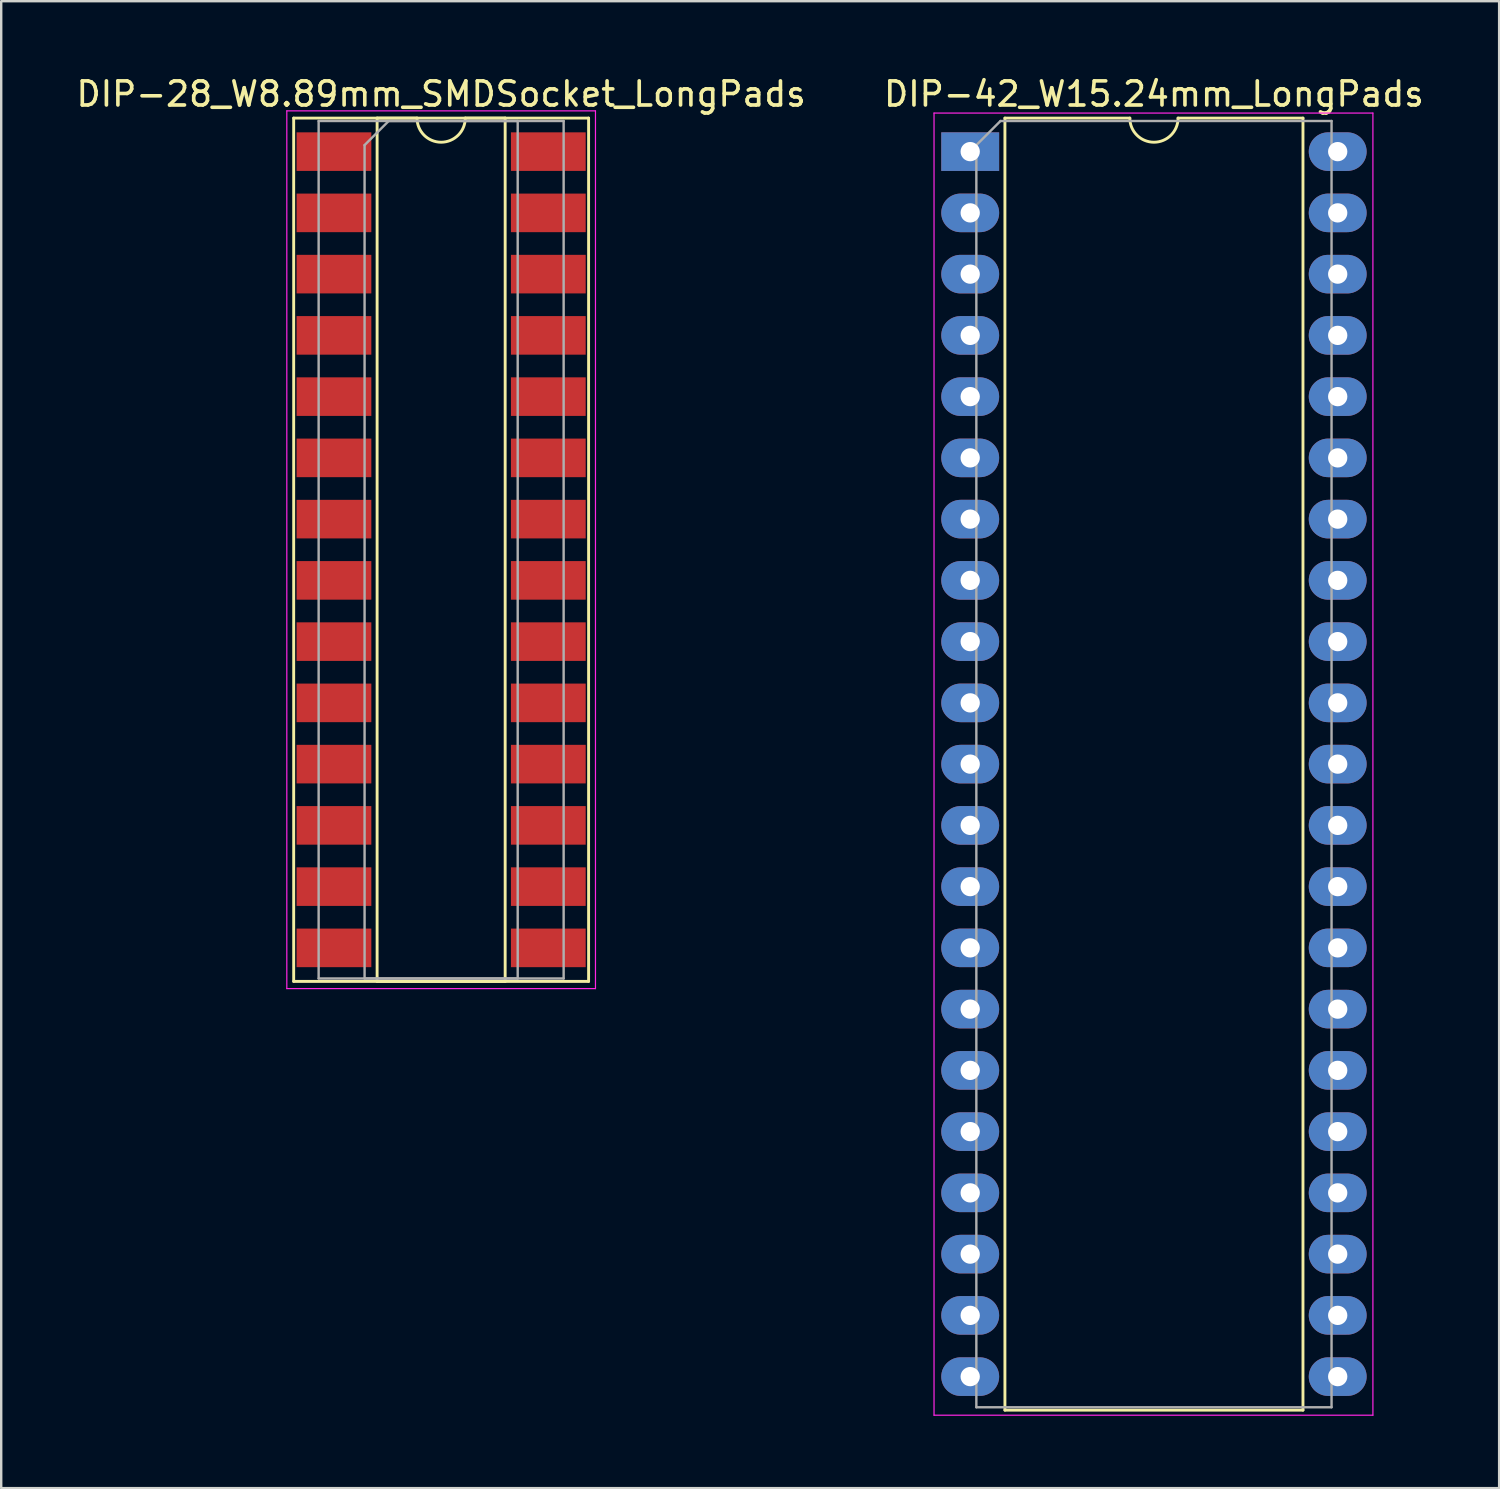
<source format=kicad_pcb>
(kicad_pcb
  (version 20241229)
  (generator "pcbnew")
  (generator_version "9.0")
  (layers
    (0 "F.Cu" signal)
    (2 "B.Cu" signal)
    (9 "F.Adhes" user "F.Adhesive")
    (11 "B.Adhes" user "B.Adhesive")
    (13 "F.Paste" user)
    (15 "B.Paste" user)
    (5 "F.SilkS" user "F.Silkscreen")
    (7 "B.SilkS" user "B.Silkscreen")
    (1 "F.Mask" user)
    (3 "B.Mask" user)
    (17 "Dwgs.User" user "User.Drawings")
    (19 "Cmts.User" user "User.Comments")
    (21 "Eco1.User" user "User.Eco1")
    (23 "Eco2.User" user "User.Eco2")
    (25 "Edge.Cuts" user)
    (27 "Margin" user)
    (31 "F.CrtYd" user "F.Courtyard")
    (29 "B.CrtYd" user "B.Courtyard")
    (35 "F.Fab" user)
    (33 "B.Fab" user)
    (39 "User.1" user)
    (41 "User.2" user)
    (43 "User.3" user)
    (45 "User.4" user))
  (footprint "DIP-28_W8.89mm_SMDSocket_LongPads"
    (layer "F.Cu")
    (at 15.244 19.748)
    (property "Reference" "DIP-28_W8.89mm_SMDSocket_LongPads" (at 0 -18.9 0) (layer "F.SilkS") (effects (font (size 1 1) (thickness 0.15))))
    (attr smd)
    (fp_line (start -6.115 -17.9) (end -6.115 17.9) (stroke (width 0.12) (type solid)) (layer "F.SilkS"))
    (fp_line (start -6.115 17.9) (end 6.115 17.9) (stroke (width 0.12) (type solid)) (layer "F.SilkS"))
    (fp_line (start -2.655 -17.9) (end -2.655 17.9) (stroke (width 0.12) (type solid)) (layer "F.SilkS"))
    (fp_line (start -2.655 17.9) (end 2.655 17.9) (stroke (width 0.12) (type solid)) (layer "F.SilkS"))
    (fp_line (start -1 -17.9) (end -2.655 -17.9) (stroke (width 0.12) (type solid)) (layer "F.SilkS"))
    (fp_line (start 2.655 -17.9) (end 1 -17.9) (stroke (width 0.12) (type solid)) (layer "F.SilkS"))
    (fp_line (start 2.655 17.9) (end 2.655 -17.9) (stroke (width 0.12) (type solid)) (layer "F.SilkS"))
    (fp_line (start 6.115 -17.9) (end -6.115 -17.9) (stroke (width 0.12) (type solid)) (layer "F.SilkS"))
    (fp_line (start 6.115 17.9) (end 6.115 -17.9) (stroke (width 0.12) (type solid)) (layer "F.SilkS"))
    (fp_arc (start 1 -17.9) (mid 0 -16.9) (end -1 -17.9) (stroke (width 0.12) (type solid)) (layer "F.SilkS"))
    (fp_line (start -6.4 -18.2) (end -6.4 18.2) (stroke (width 0.05) (type solid)) (layer "F.CrtYd"))
    (fp_line (start -6.4 18.2) (end 6.4 18.2) (stroke (width 0.05) (type solid)) (layer "F.CrtYd"))
    (fp_line (start 6.4 -18.2) (end -6.4 -18.2) (stroke (width 0.05) (type solid)) (layer "F.CrtYd"))
    (fp_line (start 6.4 18.2) (end 6.4 -18.2) (stroke (width 0.05) (type solid)) (layer "F.CrtYd"))
    (fp_line (start -5.08 -17.78) (end -5.08 17.78) (stroke (width 0.1) (type solid)) (layer "F.Fab"))
    (fp_line (start -5.08 17.78) (end 5.08 17.78) (stroke (width 0.1) (type solid)) (layer "F.Fab"))
    (fp_line (start -3.175 -16.78) (end -2.175 -17.78) (stroke (width 0.1) (type solid)) (layer "F.Fab"))
    (fp_line (start -3.175 17.78) (end -3.175 -16.78) (stroke (width 0.1) (type solid)) (layer "F.Fab"))
    (fp_line (start -2.175 -17.78) (end 3.175 -17.78) (stroke (width 0.1) (type solid)) (layer "F.Fab"))
    (fp_line (start 3.175 -17.78) (end 3.175 17.78) (stroke (width 0.1) (type solid)) (layer "F.Fab"))
    (fp_line (start 3.175 17.78) (end -3.175 17.78) (stroke (width 0.1) (type solid)) (layer "F.Fab"))
    (fp_line (start 5.08 -17.78) (end -5.08 -17.78) (stroke (width 0.1) (type solid)) (layer "F.Fab"))
    (fp_line (start 5.08 17.78) (end 5.08 -17.78) (stroke (width 0.1) (type solid)) (layer "F.Fab"))
    (pad "1" smd rect (at -4.445 -16.51) (size 3.1 1.6) (layers "F.Cu" "F.Mask"))
    (pad "2" smd rect (at -4.445 -13.97) (size 3.1 1.6) (layers "F.Cu" "F.Mask"))
    (pad "3" smd rect (at -4.445 -11.43) (size 3.1 1.6) (layers "F.Cu" "F.Mask"))
    (pad "4" smd rect (at -4.445 -8.89) (size 3.1 1.6) (layers "F.Cu" "F.Mask"))
    (pad "5" smd rect (at -4.445 -6.35) (size 3.1 1.6) (layers "F.Cu" "F.Mask"))
    (pad "6" smd rect (at -4.445 -3.81) (size 3.1 1.6) (layers "F.Cu" "F.Mask"))
    (pad "7" smd rect (at -4.445 -1.27) (size 3.1 1.6) (layers "F.Cu" "F.Mask"))
    (pad "8" smd rect (at -4.445 1.27) (size 3.1 1.6) (layers "F.Cu" "F.Mask"))
    (pad "9" smd rect (at -4.445 3.81) (size 3.1 1.6) (layers "F.Cu" "F.Mask"))
    (pad "10" smd rect (at -4.445 6.35) (size 3.1 1.6) (layers "F.Cu" "F.Mask"))
    (pad "11" smd rect (at -4.445 8.89) (size 3.1 1.6) (layers "F.Cu" "F.Mask"))
    (pad "12" smd rect (at -4.445 11.43) (size 3.1 1.6) (layers "F.Cu" "F.Mask"))
    (pad "13" smd rect (at -4.445 13.97) (size 3.1 1.6) (layers "F.Cu" "F.Mask"))
    (pad "14" smd rect (at -4.445 16.51) (size 3.1 1.6) (layers "F.Cu" "F.Mask"))
    (pad "15" smd rect (at 4.445 16.51) (size 3.1 1.6) (layers "F.Cu" "F.Mask"))
    (pad "16" smd rect (at 4.445 13.97) (size 3.1 1.6) (layers "F.Cu" "F.Mask"))
    (pad "17" smd rect (at 4.445 11.43) (size 3.1 1.6) (layers "F.Cu" "F.Mask"))
    (pad "18" smd rect (at 4.445 8.89) (size 3.1 1.6) (layers "F.Cu" "F.Mask"))
    (pad "19" smd rect (at 4.445 6.35) (size 3.1 1.6) (layers "F.Cu" "F.Mask"))
    (pad "20" smd rect (at 4.445 3.81) (size 3.1 1.6) (layers "F.Cu" "F.Mask"))
    (pad "21" smd rect (at 4.445 1.27) (size 3.1 1.6) (layers "F.Cu" "F.Mask"))
    (pad "22" smd rect (at 4.445 -1.27) (size 3.1 1.6) (layers "F.Cu" "F.Mask"))
    (pad "23" smd rect (at 4.445 -3.81) (size 3.1 1.6) (layers "F.Cu" "F.Mask"))
    (pad "24" smd rect (at 4.445 -6.35) (size 3.1 1.6) (layers "F.Cu" "F.Mask"))
    (pad "25" smd rect (at 4.445 -8.89) (size 3.1 1.6) (layers "F.Cu" "F.Mask"))
    (pad "26" smd rect (at 4.445 -11.43) (size 3.1 1.6) (layers "F.Cu" "F.Mask"))
    (pad "27" smd rect (at 4.445 -13.97) (size 3.1 1.6) (layers "F.Cu" "F.Mask"))
    (pad "28" smd rect (at 4.445 -16.51) (size 3.1 1.6) (layers "F.Cu" "F.Mask")))
  (footprint "DIP-42_W15.24mm_LongPads"
    (layer "F.Cu")
    (at 37.184 3.238)
    (property "Reference" "DIP-42_W15.24mm_LongPads" (at 7.62 -2.39 0) (layer "F.SilkS") (effects (font (size 1 1) (thickness 0.15))))
    (attr through_hole)
    (fp_line (start 1.44 -1.39) (end 1.44 52.19) (stroke (width 0.12) (type solid)) (layer "F.SilkS"))
    (fp_line (start 1.44 52.19) (end 13.8 52.19) (stroke (width 0.12) (type solid)) (layer "F.SilkS"))
    (fp_line (start 6.62 -1.39) (end 1.44 -1.39) (stroke (width 0.12) (type solid)) (layer "F.SilkS"))
    (fp_line (start 13.8 -1.39) (end 8.62 -1.39) (stroke (width 0.12) (type solid)) (layer "F.SilkS"))
    (fp_line (start 13.8 52.19) (end 13.8 -1.39) (stroke (width 0.12) (type solid)) (layer "F.SilkS"))
    (fp_arc (start 8.62 -1.39) (mid 7.62 -0.39) (end 6.62 -1.39) (stroke (width 0.12) (type solid)) (layer "F.SilkS"))
    (fp_line (start -1.5 -1.6) (end -1.5 52.4) (stroke (width 0.05) (type solid)) (layer "F.CrtYd"))
    (fp_line (start -1.5 52.4) (end 16.7 52.4) (stroke (width 0.05) (type solid)) (layer "F.CrtYd"))
    (fp_line (start 16.7 -1.6) (end -1.5 -1.6) (stroke (width 0.05) (type solid)) (layer "F.CrtYd"))
    (fp_line (start 16.7 52.4) (end 16.7 -1.6) (stroke (width 0.05) (type solid)) (layer "F.CrtYd"))
    (fp_line (start 0.255 -0.27) (end 1.255 -1.27) (stroke (width 0.1) (type solid)) (layer "F.Fab"))
    (fp_line (start 0.255 52.07) (end 0.255 -0.27) (stroke (width 0.1) (type solid)) (layer "F.Fab"))
    (fp_line (start 1.255 -1.27) (end 14.985 -1.27) (stroke (width 0.1) (type solid)) (layer "F.Fab"))
    (fp_line (start 14.985 -1.27) (end 14.985 52.07) (stroke (width 0.1) (type solid)) (layer "F.Fab"))
    (fp_line (start 14.985 52.07) (end 0.255 52.07) (stroke (width 0.1) (type solid)) (layer "F.Fab"))
    (pad "1" thru_hole rect (at 0 0) (size 2.4 1.6) (drill 0.8) (layers "*.Cu" "*.Mask"))
    (pad "2" thru_hole oval (at 0 2.54) (size 2.4 1.6) (drill 0.8) (layers "*.Cu" "*.Mask"))
    (pad "3" thru_hole oval (at 0 5.08) (size 2.4 1.6) (drill 0.8) (layers "*.Cu" "*.Mask"))
    (pad "4" thru_hole oval (at 0 7.62) (size 2.4 1.6) (drill 0.8) (layers "*.Cu" "*.Mask"))
    (pad "5" thru_hole oval (at 0 10.16) (size 2.4 1.6) (drill 0.8) (layers "*.Cu" "*.Mask"))
    (pad "6" thru_hole oval (at 0 12.7) (size 2.4 1.6) (drill 0.8) (layers "*.Cu" "*.Mask"))
    (pad "7" thru_hole oval (at 0 15.24) (size 2.4 1.6) (drill 0.8) (layers "*.Cu" "*.Mask"))
    (pad "8" thru_hole oval (at 0 17.78) (size 2.4 1.6) (drill 0.8) (layers "*.Cu" "*.Mask"))
    (pad "9" thru_hole oval (at 0 20.32) (size 2.4 1.6) (drill 0.8) (layers "*.Cu" "*.Mask"))
    (pad "10" thru_hole oval (at 0 22.86) (size 2.4 1.6) (drill 0.8) (layers "*.Cu" "*.Mask"))
    (pad "11" thru_hole oval (at 0 25.4) (size 2.4 1.6) (drill 0.8) (layers "*.Cu" "*.Mask"))
    (pad "12" thru_hole oval (at 0 27.94) (size 2.4 1.6) (drill 0.8) (layers "*.Cu" "*.Mask"))
    (pad "13" thru_hole oval (at 0 30.48) (size 2.4 1.6) (drill 0.8) (layers "*.Cu" "*.Mask"))
    (pad "14" thru_hole oval (at 0 33.02) (size 2.4 1.6) (drill 0.8) (layers "*.Cu" "*.Mask"))
    (pad "15" thru_hole oval (at 0 35.56) (size 2.4 1.6) (drill 0.8) (layers "*.Cu" "*.Mask"))
    (pad "16" thru_hole oval (at 0 38.1) (size 2.4 1.6) (drill 0.8) (layers "*.Cu" "*.Mask"))
    (pad "17" thru_hole oval (at 0 40.64) (size 2.4 1.6) (drill 0.8) (layers "*.Cu" "*.Mask"))
    (pad "18" thru_hole oval (at 0 43.18) (size 2.4 1.6) (drill 0.8) (layers "*.Cu" "*.Mask"))
    (pad "19" thru_hole oval (at 0 45.72) (size 2.4 1.6) (drill 0.8) (layers "*.Cu" "*.Mask"))
    (pad "20" thru_hole oval (at 0 48.26) (size 2.4 1.6) (drill 0.8) (layers "*.Cu" "*.Mask"))
    (pad "21" thru_hole oval (at 0 50.8) (size 2.4 1.6) (drill 0.8) (layers "*.Cu" "*.Mask"))
    (pad "22" thru_hole oval (at 15.24 50.8) (size 2.4 1.6) (drill 0.8) (layers "*.Cu" "*.Mask"))
    (pad "23" thru_hole oval (at 15.24 48.26) (size 2.4 1.6) (drill 0.8) (layers "*.Cu" "*.Mask"))
    (pad "24" thru_hole oval (at 15.24 45.72) (size 2.4 1.6) (drill 0.8) (layers "*.Cu" "*.Mask"))
    (pad "25" thru_hole oval (at 15.24 43.18) (size 2.4 1.6) (drill 0.8) (layers "*.Cu" "*.Mask"))
    (pad "26" thru_hole oval (at 15.24 40.64) (size 2.4 1.6) (drill 0.8) (layers "*.Cu" "*.Mask"))
    (pad "27" thru_hole oval (at 15.24 38.1) (size 2.4 1.6) (drill 0.8) (layers "*.Cu" "*.Mask"))
    (pad "28" thru_hole oval (at 15.24 35.56) (size 2.4 1.6) (drill 0.8) (layers "*.Cu" "*.Mask"))
    (pad "29" thru_hole oval (at 15.24 33.02) (size 2.4 1.6) (drill 0.8) (layers "*.Cu" "*.Mask"))
    (pad "30" thru_hole oval (at 15.24 30.48) (size 2.4 1.6) (drill 0.8) (layers "*.Cu" "*.Mask"))
    (pad "31" thru_hole oval (at 15.24 27.94) (size 2.4 1.6) (drill 0.8) (layers "*.Cu" "*.Mask"))
    (pad "32" thru_hole oval (at 15.24 25.4) (size 2.4 1.6) (drill 0.8) (layers "*.Cu" "*.Mask"))
    (pad "33" thru_hole oval (at 15.24 22.86) (size 2.4 1.6) (drill 0.8) (layers "*.Cu" "*.Mask"))
    (pad "34" thru_hole oval (at 15.24 20.32) (size 2.4 1.6) (drill 0.8) (layers "*.Cu" "*.Mask"))
    (pad "35" thru_hole oval (at 15.24 17.78) (size 2.4 1.6) (drill 0.8) (layers "*.Cu" "*.Mask"))
    (pad "36" thru_hole oval (at 15.24 15.24) (size 2.4 1.6) (drill 0.8) (layers "*.Cu" "*.Mask"))
    (pad "37" thru_hole oval (at 15.24 12.7) (size 2.4 1.6) (drill 0.8) (layers "*.Cu" "*.Mask"))
    (pad "38" thru_hole oval (at 15.24 10.16) (size 2.4 1.6) (drill 0.8) (layers "*.Cu" "*.Mask"))
    (pad "39" thru_hole oval (at 15.24 7.62) (size 2.4 1.6) (drill 0.8) (layers "*.Cu" "*.Mask"))
    (pad "40" thru_hole oval (at 15.24 5.08) (size 2.4 1.6) (drill 0.8) (layers "*.Cu" "*.Mask"))
    (pad "41" thru_hole oval (at 15.24 2.54) (size 2.4 1.6) (drill 0.8) (layers "*.Cu" "*.Mask"))
    (pad "42" thru_hole oval (at 15.24 0) (size 2.4 1.6) (drill 0.8) (layers "*.Cu" "*.Mask")))
  (gr_rect
    (start -3 -3)
    (end 59.119 58.663)
    (stroke (width 0.1) (type default))
    (fill no)
    (layer "Edge.Cuts")))
</source>
